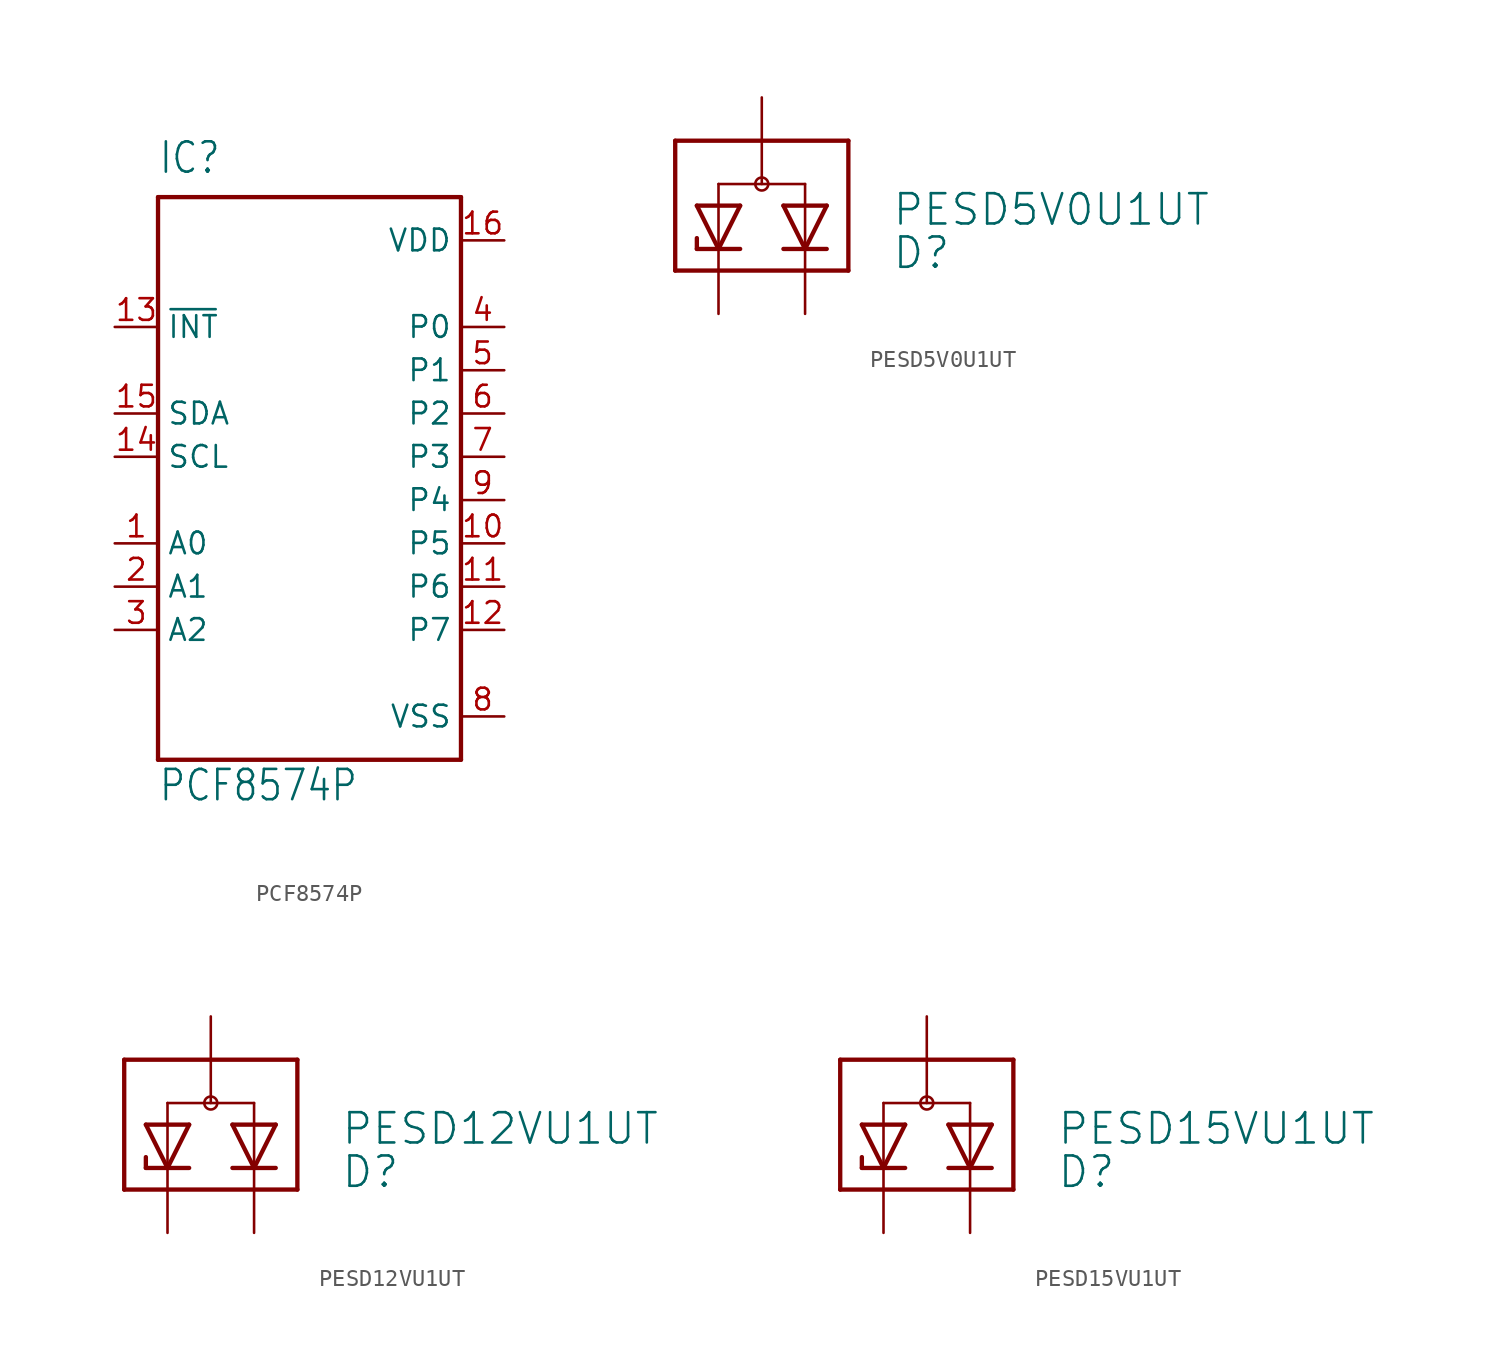
<source format=kicad_sym>
(kicad_symbol_lib
  (version 20211014)
  (generator kicad_symbol_editor)
  (symbol "PCF8574P"
    (property "Reference" "IC"
      (at -7.62 16.51 0)
      (effects (font (size 1.778 1.511)) (justify left bottom)))
    (property "Value" "PCF8574P"
      (at -7.62 -20.32 0)
      (effects (font (size 1.778 1.511)) (justify left bottom)))
    (property "ki_locked" ""
      (at 0 0 0)
      (effects (font (size 1.27 1.27))))
    (symbol "PCF8574P_1_0"
      (polyline (pts (xy -7.62 -17.78) (xy -7.62 15.24)) (stroke (width 0.254) (type default) (color 0 0 0 0)) (fill (type none)))
      (polyline (pts (xy -7.62 15.24) (xy 10.16 15.24)) (stroke (width 0.254) (type default) (color 0 0 0 0)) (fill (type none)))
      (polyline (pts (xy 10.16 -17.78) (xy -7.62 -17.78)) (stroke (width 0.254) (type default) (color 0 0 0 0)) (fill (type none)))
      (polyline (pts (xy 10.16 15.24) (xy 10.16 -17.78)) (stroke (width 0.254) (type default) (color 0 0 0 0)) (fill (type none)))
      (pin input line (at -10.16 -5.08 0) (length 2.54) (name "A0" (effects (font (size 1.27 1.27)))) (number "1" (effects (font (size 1.27 1.27)))))
      (pin bidirectional line (at 12.7 -5.08 180) (length 2.54) (name "P5" (effects (font (size 1.27 1.27)))) (number "10" (effects (font (size 1.27 1.27)))))
      (pin bidirectional line (at 12.7 -7.62 180) (length 2.54) (name "P6" (effects (font (size 1.27 1.27)))) (number "11" (effects (font (size 1.27 1.27)))))
      (pin bidirectional line (at 12.7 -10.16 180) (length 2.54) (name "P7" (effects (font (size 1.27 1.27)))) (number "12" (effects (font (size 1.27 1.27)))))
      (pin output line (at -10.16 7.62 0) (length 2.54) (name "~{INT}" (effects (font (size 1.27 1.27)))) (number "13" (effects (font (size 1.27 1.27)))))
      (pin input line (at -10.16 0 0) (length 2.54) (name "SCL" (effects (font (size 1.27 1.27)))) (number "14" (effects (font (size 1.27 1.27)))))
      (pin bidirectional line (at -10.16 2.54 0) (length 2.54) (name "SDA" (effects (font (size 1.27 1.27)))) (number "15" (effects (font (size 1.27 1.27)))))
      (pin power_in line (at 12.7 12.7 180) (length 2.54) (name "VDD" (effects (font (size 1.27 1.27)))) (number "16" (effects (font (size 1.27 1.27)))))
      (pin input line (at -10.16 -7.62 0) (length 2.54) (name "A1" (effects (font (size 1.27 1.27)))) (number "2" (effects (font (size 1.27 1.27)))))
      (pin input line (at -10.16 -10.16 0) (length 2.54) (name "A2" (effects (font (size 1.27 1.27)))) (number "3" (effects (font (size 1.27 1.27)))))
      (pin bidirectional line (at 12.7 7.62 180) (length 2.54) (name "P0" (effects (font (size 1.27 1.27)))) (number "4" (effects (font (size 1.27 1.27)))))
      (pin bidirectional line (at 12.7 5.08 180) (length 2.54) (name "P1" (effects (font (size 1.27 1.27)))) (number "5" (effects (font (size 1.27 1.27)))))
      (pin bidirectional line (at 12.7 2.54 180) (length 2.54) (name "P2" (effects (font (size 1.27 1.27)))) (number "6" (effects (font (size 1.27 1.27)))))
      (pin bidirectional line (at 12.7 0 180) (length 2.54) (name "P3" (effects (font (size 1.27 1.27)))) (number "7" (effects (font (size 1.27 1.27)))))
      (pin power_in line (at 12.7 -15.24 180) (length 2.54) (name "VSS" (effects (font (size 1.27 1.27)))) (number "8" (effects (font (size 1.27 1.27)))))
      (pin bidirectional line (at 12.7 -2.54 180) (length 2.54) (name "P4" (effects (font (size 1.27 1.27)))) (number "9" (effects (font (size 1.27 1.27)))))))
  (symbol "PESD5V0U1UT"
    (property "Reference" "D"
      (at 7.62 -5.08 0)
      (effects (font (size 1.778 1.778)) (justify left bottom)))
    (property "Value" "PESD5V0U1UT"
      (at 7.62 -2.54 0)
      (effects (font (size 1.778 1.778)) (justify left bottom)))
    (property "ki_locked" ""
      (at 0 0 0)
      (effects (font (size 1.27 1.27))))
    (symbol "PESD5V0U1UT_1_0"
      (polyline (pts (xy -5.08 -5.08) (xy 5.08 -5.08)) (stroke (width 0.254) (type default) (color 0 0 0 0)) (fill (type none)))
      (polyline (pts (xy -5.08 2.54) (xy -5.08 -5.08)) (stroke (width 0.254) (type default) (color 0 0 0 0)) (fill (type none)))
      (polyline (pts (xy -5.08 2.54) (xy 5.08 2.54)) (stroke (width 0.254) (type default) (color 0 0 0 0)) (fill (type none)))
      (polyline (pts (xy -3.81 -3.81) (xy -3.81 -3.175)) (stroke (width 0.254) (type default) (color 0 0 0 0)) (fill (type none)))
      (polyline (pts (xy -3.81 -1.27) (xy -2.54 -3.81)) (stroke (width 0.254) (type default) (color 0 0 0 0)) (fill (type none)))
      (polyline (pts (xy -2.54 -3.81) (xy -3.81 -3.81)) (stroke (width 0.254) (type default) (color 0 0 0 0)) (fill (type none)))
      (polyline (pts (xy -2.54 -3.81) (xy -1.27 -1.27)) (stroke (width 0.254) (type default) (color 0 0 0 0)) (fill (type none)))
      (polyline (pts (xy -2.54 0) (xy 2.54 0)) (stroke (width 0.152) (type default) (color 0 0 0 0)) (fill (type none)))
      (polyline (pts (xy -1.27 -3.81) (xy -2.54 -3.81)) (stroke (width 0.254) (type default) (color 0 0 0 0)) (fill (type none)))
      (polyline (pts (xy -1.27 -1.27) (xy -3.81 -1.27)) (stroke (width 0.254) (type default) (color 0 0 0 0)) (fill (type none)))
      (polyline (pts (xy 1.27 -1.27) (xy 2.54 -3.81)) (stroke (width 0.254) (type default) (color 0 0 0 0)) (fill (type none)))
      (polyline (pts (xy 2.54 -3.81) (xy 1.27 -3.81)) (stroke (width 0.254) (type default) (color 0 0 0 0)) (fill (type none)))
      (polyline (pts (xy 2.54 -3.81) (xy 3.81 -1.27)) (stroke (width 0.254) (type default) (color 0 0 0 0)) (fill (type none)))
      (polyline (pts (xy 3.81 -3.81) (xy 2.54 -3.81)) (stroke (width 0.254) (type default) (color 0 0 0 0)) (fill (type none)))
      (polyline (pts (xy 3.81 -1.27) (xy 1.27 -1.27)) (stroke (width 0.254) (type default) (color 0 0 0 0)) (fill (type none)))
      (polyline (pts (xy 5.08 -5.08) (xy 5.08 2.54)) (stroke (width 0.254) (type default) (color 0 0 0 0)) (fill (type none)))
      (circle (center 0 0) (radius 0.381) (stroke (width 0) (type default) (color 0 0 0 0)) (fill (type none)))
      (pin passive line (at -2.54 -7.62 90) (length 7.62) (name "KESD" (effects (font (size 0 0)))) (number "1" (effects (font (size 0 0)))))
      (pin passive line (at 2.54 -7.62 90) (length 7.62) (name "KD" (effects (font (size 0 0)))) (number "2" (effects (font (size 0 0)))))
      (pin passive line (at 0 5.08 270) (length 5.08) (name "CA" (effects (font (size 0 0)))) (number "3" (effects (font (size 0 0)))))))
  (symbol "PESD12VU1UT"
    (property "Reference" "D"
      (at 7.62 -5.08 0)
      (effects (font (size 1.778 1.778)) (justify left bottom)))
    (property "Value" "PESD12VU1UT"
      (at 7.62 -2.54 0)
      (effects (font (size 1.778 1.778)) (justify left bottom)))
    (property "ki_locked" ""
      (at 0 0 0)
      (effects (font (size 1.27 1.27))))
    (symbol "PESD12VU1UT_1_0"
      (polyline (pts (xy -5.08 -5.08) (xy 5.08 -5.08)) (stroke (width 0.254) (type default) (color 0 0 0 0)) (fill (type none)))
      (polyline (pts (xy -5.08 2.54) (xy -5.08 -5.08)) (stroke (width 0.254) (type default) (color 0 0 0 0)) (fill (type none)))
      (polyline (pts (xy -5.08 2.54) (xy 5.08 2.54)) (stroke (width 0.254) (type default) (color 0 0 0 0)) (fill (type none)))
      (polyline (pts (xy -3.81 -3.81) (xy -3.81 -3.175)) (stroke (width 0.254) (type default) (color 0 0 0 0)) (fill (type none)))
      (polyline (pts (xy -3.81 -1.27) (xy -2.54 -3.81)) (stroke (width 0.254) (type default) (color 0 0 0 0)) (fill (type none)))
      (polyline (pts (xy -2.54 -3.81) (xy -3.81 -3.81)) (stroke (width 0.254) (type default) (color 0 0 0 0)) (fill (type none)))
      (polyline (pts (xy -2.54 -3.81) (xy -1.27 -1.27)) (stroke (width 0.254) (type default) (color 0 0 0 0)) (fill (type none)))
      (polyline (pts (xy -2.54 0) (xy 2.54 0)) (stroke (width 0.152) (type default) (color 0 0 0 0)) (fill (type none)))
      (polyline (pts (xy -1.27 -3.81) (xy -2.54 -3.81)) (stroke (width 0.254) (type default) (color 0 0 0 0)) (fill (type none)))
      (polyline (pts (xy -1.27 -1.27) (xy -3.81 -1.27)) (stroke (width 0.254) (type default) (color 0 0 0 0)) (fill (type none)))
      (polyline (pts (xy 1.27 -1.27) (xy 2.54 -3.81)) (stroke (width 0.254) (type default) (color 0 0 0 0)) (fill (type none)))
      (polyline (pts (xy 2.54 -3.81) (xy 1.27 -3.81)) (stroke (width 0.254) (type default) (color 0 0 0 0)) (fill (type none)))
      (polyline (pts (xy 2.54 -3.81) (xy 3.81 -1.27)) (stroke (width 0.254) (type default) (color 0 0 0 0)) (fill (type none)))
      (polyline (pts (xy 3.81 -3.81) (xy 2.54 -3.81)) (stroke (width 0.254) (type default) (color 0 0 0 0)) (fill (type none)))
      (polyline (pts (xy 3.81 -1.27) (xy 1.27 -1.27)) (stroke (width 0.254) (type default) (color 0 0 0 0)) (fill (type none)))
      (polyline (pts (xy 5.08 -5.08) (xy 5.08 2.54)) (stroke (width 0.254) (type default) (color 0 0 0 0)) (fill (type none)))
      (circle (center 0 0) (radius 0.381) (stroke (width 0) (type default) (color 0 0 0 0)) (fill (type none)))
      (pin passive line (at -2.54 -7.62 90) (length 7.62) (name "KESD" (effects (font (size 0 0)))) (number "1" (effects (font (size 0 0)))))
      (pin passive line (at 2.54 -7.62 90) (length 7.62) (name "KD" (effects (font (size 0 0)))) (number "2" (effects (font (size 0 0)))))
      (pin passive line (at 0 5.08 270) (length 5.08) (name "CA" (effects (font (size 0 0)))) (number "3" (effects (font (size 0 0)))))))
  (symbol "PESD15VU1UT"
    (property "Reference" "D"
      (at 7.62 -5.08 0)
      (effects (font (size 1.778 1.778)) (justify left bottom)))
    (property "Value" "PESD15VU1UT"
      (at 7.62 -2.54 0)
      (effects (font (size 1.778 1.778)) (justify left bottom)))
    (property "ki_locked" ""
      (at 0 0 0)
      (effects (font (size 1.27 1.27))))
    (symbol "PESD15VU1UT_1_0"
      (polyline (pts (xy -5.08 -5.08) (xy 5.08 -5.08)) (stroke (width 0.254) (type default) (color 0 0 0 0)) (fill (type none)))
      (polyline (pts (xy -5.08 2.54) (xy -5.08 -5.08)) (stroke (width 0.254) (type default) (color 0 0 0 0)) (fill (type none)))
      (polyline (pts (xy -5.08 2.54) (xy 5.08 2.54)) (stroke (width 0.254) (type default) (color 0 0 0 0)) (fill (type none)))
      (polyline (pts (xy -3.81 -3.81) (xy -3.81 -3.175)) (stroke (width 0.254) (type default) (color 0 0 0 0)) (fill (type none)))
      (polyline (pts (xy -3.81 -1.27) (xy -2.54 -3.81)) (stroke (width 0.254) (type default) (color 0 0 0 0)) (fill (type none)))
      (polyline (pts (xy -2.54 -3.81) (xy -3.81 -3.81)) (stroke (width 0.254) (type default) (color 0 0 0 0)) (fill (type none)))
      (polyline (pts (xy -2.54 -3.81) (xy -1.27 -1.27)) (stroke (width 0.254) (type default) (color 0 0 0 0)) (fill (type none)))
      (polyline (pts (xy -2.54 0) (xy 2.54 0)) (stroke (width 0.152) (type default) (color 0 0 0 0)) (fill (type none)))
      (polyline (pts (xy -1.27 -3.81) (xy -2.54 -3.81)) (stroke (width 0.254) (type default) (color 0 0 0 0)) (fill (type none)))
      (polyline (pts (xy -1.27 -1.27) (xy -3.81 -1.27)) (stroke (width 0.254) (type default) (color 0 0 0 0)) (fill (type none)))
      (polyline (pts (xy 1.27 -1.27) (xy 2.54 -3.81)) (stroke (width 0.254) (type default) (color 0 0 0 0)) (fill (type none)))
      (polyline (pts (xy 2.54 -3.81) (xy 1.27 -3.81)) (stroke (width 0.254) (type default) (color 0 0 0 0)) (fill (type none)))
      (polyline (pts (xy 2.54 -3.81) (xy 3.81 -1.27)) (stroke (width 0.254) (type default) (color 0 0 0 0)) (fill (type none)))
      (polyline (pts (xy 3.81 -3.81) (xy 2.54 -3.81)) (stroke (width 0.254) (type default) (color 0 0 0 0)) (fill (type none)))
      (polyline (pts (xy 3.81 -1.27) (xy 1.27 -1.27)) (stroke (width 0.254) (type default) (color 0 0 0 0)) (fill (type none)))
      (polyline (pts (xy 5.08 -5.08) (xy 5.08 2.54)) (stroke (width 0.254) (type default) (color 0 0 0 0)) (fill (type none)))
      (circle (center 0 0) (radius 0.381) (stroke (width 0) (type default) (color 0 0 0 0)) (fill (type none)))
      (pin passive line (at -2.54 -7.62 90) (length 7.62) (name "KESD" (effects (font (size 0 0)))) (number "1" (effects (font (size 0 0)))))
      (pin passive line (at 2.54 -7.62 90) (length 7.62) (name "KD" (effects (font (size 0 0)))) (number "2" (effects (font (size 0 0)))))
      (pin passive line (at 0 5.08 270) (length 5.08) (name "CA" (effects (font (size 0 0)))) (number "3" (effects (font (size 0 0))))))))
</source>
